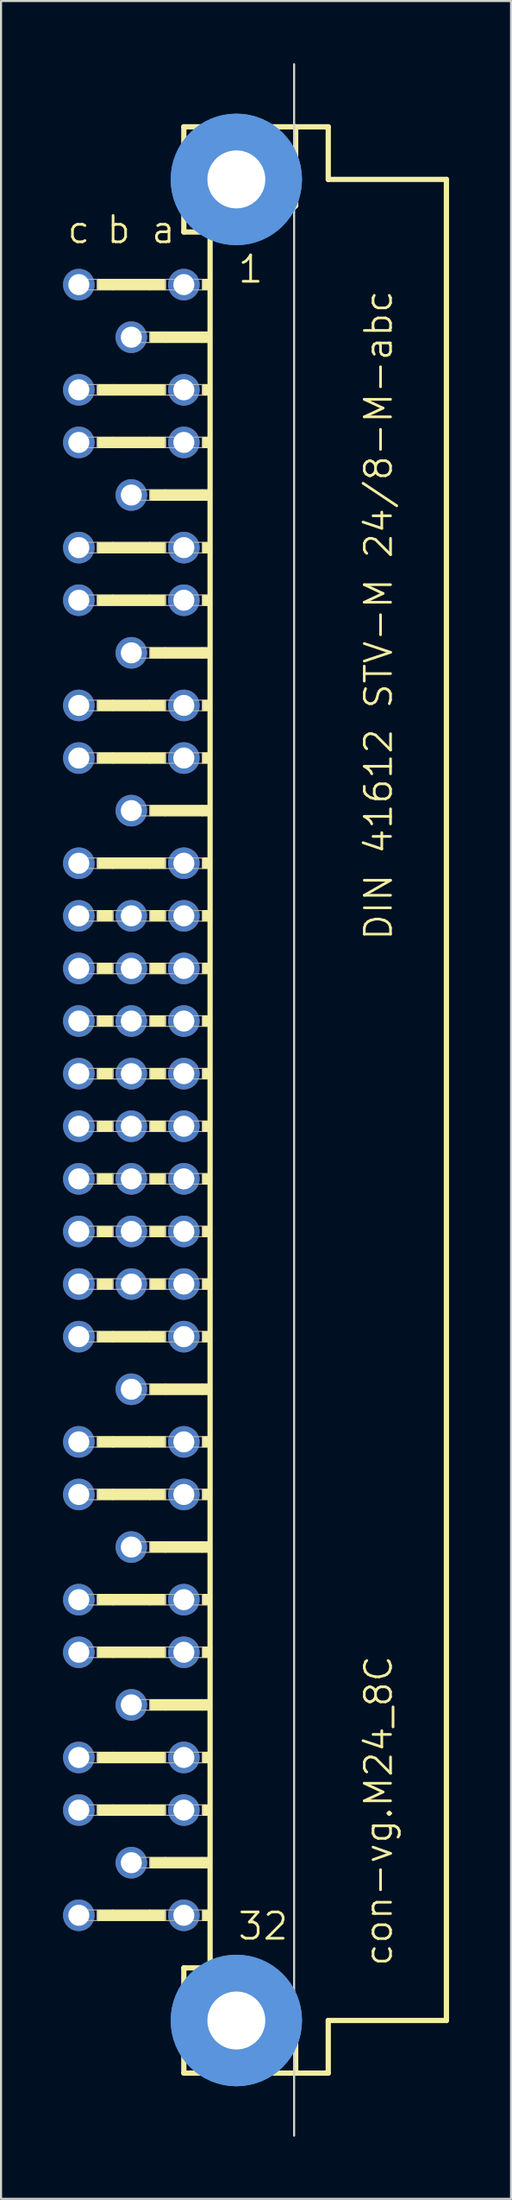
<source format=kicad_pcb>
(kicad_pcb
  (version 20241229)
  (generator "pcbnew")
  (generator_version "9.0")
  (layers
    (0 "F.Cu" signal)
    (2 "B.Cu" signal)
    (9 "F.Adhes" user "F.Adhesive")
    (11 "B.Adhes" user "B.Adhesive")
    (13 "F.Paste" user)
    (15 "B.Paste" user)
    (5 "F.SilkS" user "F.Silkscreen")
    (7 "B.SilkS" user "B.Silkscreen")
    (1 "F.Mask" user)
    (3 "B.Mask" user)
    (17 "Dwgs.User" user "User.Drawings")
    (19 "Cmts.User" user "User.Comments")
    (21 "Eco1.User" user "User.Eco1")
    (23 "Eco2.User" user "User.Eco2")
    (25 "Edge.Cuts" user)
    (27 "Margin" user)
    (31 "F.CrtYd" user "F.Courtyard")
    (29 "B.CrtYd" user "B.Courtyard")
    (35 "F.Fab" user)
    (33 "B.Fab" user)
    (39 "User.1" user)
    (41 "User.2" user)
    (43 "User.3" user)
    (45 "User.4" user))
  (footprint "con-vg.M24_8C"
    (layer "F.Cu")
    (at 8.382 50.063)
    (property "Reference" "con-vg.M24_8C" (at 7.62 41.91 90) (layer "F.SilkS") (effects (font (size 1.27 1.27) (thickness 0.13)) (justify left bottom)))
    (attr through_hole)
    (fp_line (start -2.54 -46.99) (end -2.54 -41.91) (stroke (width 0.254) (type default)) (layer "F.SilkS"))
    (fp_line (start -2.54 -41.91) (end -1.27 -41.91) (stroke (width 0.254) (type default)) (layer "F.SilkS"))
    (fp_line (start -2.54 41.91) (end -2.54 46.99) (stroke (width 0.254) (type default)) (layer "F.SilkS"))
    (fp_line (start -2.54 41.91) (end -1.27 41.91) (stroke (width 0.254) (type default)) (layer "F.SilkS"))
    (fp_line (start -2.54 46.99) (end 2.87 46.99) (stroke (width 0.254) (type default)) (layer "F.SilkS"))
    (fp_line (start -1.27 -41.91) (end -1.27 41.91) (stroke (width 0.254) (type default)) (layer "F.SilkS"))
    (fp_line (start -1.27 -41.91) (end 1.6 -41.91) (stroke (width 0.254) (type default)) (layer "F.SilkS"))
    (fp_line (start -1.27 41.91) (end 1.27 41.91) (stroke (width 0.254) (type default)) (layer "F.SilkS"))
    (fp_line (start 1.6 -41.91) (end 2.87 -43.18) (stroke (width 0.254) (type default)) (layer "F.SilkS"))
    (fp_line (start 2.87 -46.99) (end -2.54 -46.99) (stroke (width 0.254) (type default)) (layer "F.SilkS"))
    (fp_line (start 2.87 -43.18) (end 2.87 -46.99) (stroke (width 0.254) (type default)) (layer "F.SilkS"))
    (fp_line (start 2.87 43.51) (end 1.27 41.91) (stroke (width 0.254) (type default)) (layer "F.SilkS"))
    (fp_line (start 2.87 43.51) (end 2.87 46.99) (stroke (width 0.254) (type default)) (layer "F.SilkS"))
    (fp_line (start 2.87 46.99) (end 4.445 46.99) (stroke (width 0.254) (type default)) (layer "F.SilkS"))
    (fp_line (start 4.445 -46.99) (end 2.87 -46.99) (stroke (width 0.254) (type default)) (layer "F.SilkS"))
    (fp_line (start 4.445 -44.45) (end 4.445 -46.99) (stroke (width 0.254) (type default)) (layer "F.SilkS"))
    (fp_line (start 4.445 44.45) (end 10.16 44.45) (stroke (width 0.254) (type default)) (layer "F.SilkS"))
    (fp_line (start 4.445 46.99) (end 4.445 44.45) (stroke (width 0.254) (type default)) (layer "F.SilkS"))
    (fp_line (start 10.16 -44.45) (end 4.445 -44.45) (stroke (width 0.254) (type default)) (layer "F.SilkS"))
    (fp_line (start 10.16 44.45) (end 10.16 -44.45) (stroke (width 0.254) (type default)) (layer "F.SilkS"))
    (fp_rect (start -6.731 -39.116) (end -5.969 -39.624) (stroke (width 0.05) (type default)) (fill yes) (layer "F.SilkS"))
    (fp_rect (start -6.731 -34.036) (end -5.969 -34.544) (stroke (width 0.05) (type default)) (fill yes) (layer "F.SilkS"))
    (fp_rect (start -6.731 -31.496) (end -5.969 -32.004) (stroke (width 0.05) (type default)) (fill yes) (layer "F.SilkS"))
    (fp_rect (start -6.731 -26.416) (end -5.969 -26.924) (stroke (width 0.05) (type default)) (fill yes) (layer "F.SilkS"))
    (fp_rect (start -6.731 -23.876) (end -5.969 -24.384) (stroke (width 0.05) (type default)) (fill yes) (layer "F.SilkS"))
    (fp_rect (start -6.731 -18.796) (end -5.969 -19.304) (stroke (width 0.05) (type default)) (fill yes) (layer "F.SilkS"))
    (fp_rect (start -6.731 -16.256) (end -5.969 -16.764) (stroke (width 0.05) (type default)) (fill yes) (layer "F.SilkS"))
    (fp_rect (start -6.731 -11.176) (end -5.969 -11.684) (stroke (width 0.05) (type default)) (fill yes) (layer "F.SilkS"))
    (fp_rect (start -6.731 -8.636) (end -5.969 -9.144) (stroke (width 0.05) (type default)) (fill yes) (layer "F.SilkS"))
    (fp_rect (start -6.731 -6.096) (end -5.969 -6.604) (stroke (width 0.05) (type default)) (fill yes) (layer "F.SilkS"))
    (fp_rect (start -6.731 -3.556) (end -5.969 -4.064) (stroke (width 0.05) (type default)) (fill yes) (layer "F.SilkS"))
    (fp_rect (start -6.731 -1.016) (end -5.969 -1.524) (stroke (width 0.05) (type default)) (fill yes) (layer "F.SilkS"))
    (fp_rect (start -6.731 1.524) (end -5.969 1.016) (stroke (width 0.05) (type default)) (fill yes) (layer "F.SilkS"))
    (fp_rect (start -6.731 4.064) (end -5.969 3.556) (stroke (width 0.05) (type default)) (fill yes) (layer "F.SilkS"))
    (fp_rect (start -6.731 6.604) (end -5.969 6.096) (stroke (width 0.05) (type default)) (fill yes) (layer "F.SilkS"))
    (fp_rect (start -6.731 9.144) (end -5.969 8.636) (stroke (width 0.05) (type default)) (fill yes) (layer "F.SilkS"))
    (fp_rect (start -6.731 11.684) (end -5.969 11.176) (stroke (width 0.05) (type default)) (fill yes) (layer "F.SilkS"))
    (fp_rect (start -6.731 16.764) (end -5.969 16.256) (stroke (width 0.05) (type default)) (fill yes) (layer "F.SilkS"))
    (fp_rect (start -6.731 19.304) (end -5.969 18.796) (stroke (width 0.05) (type default)) (fill yes) (layer "F.SilkS"))
    (fp_rect (start -6.731 24.384) (end -5.969 23.876) (stroke (width 0.05) (type default)) (fill yes) (layer "F.SilkS"))
    (fp_rect (start -6.731 26.924) (end -5.969 26.416) (stroke (width 0.05) (type default)) (fill yes) (layer "F.SilkS"))
    (fp_rect (start -6.731 32.004) (end -5.969 31.496) (stroke (width 0.05) (type default)) (fill yes) (layer "F.SilkS"))
    (fp_rect (start -6.731 34.544) (end -5.969 34.036) (stroke (width 0.05) (type default)) (fill yes) (layer "F.SilkS"))
    (fp_rect (start -6.731 39.624) (end -5.969 39.116) (stroke (width 0.05) (type default)) (fill yes) (layer "F.SilkS"))
    (fp_rect (start -5.969 -39.116) (end -4.191 -39.624) (stroke (width 0.05) (type default)) (fill yes) (layer "F.SilkS"))
    (fp_rect (start -5.969 -34.036) (end -4.191 -34.544) (stroke (width 0.05) (type default)) (fill yes) (layer "F.SilkS"))
    (fp_rect (start -5.969 -31.496) (end -4.191 -32.004) (stroke (width 0.05) (type default)) (fill yes) (layer "F.SilkS"))
    (fp_rect (start -5.969 -26.416) (end -4.191 -26.924) (stroke (width 0.05) (type default)) (fill yes) (layer "F.SilkS"))
    (fp_rect (start -5.969 -23.876) (end -4.191 -24.384) (stroke (width 0.05) (type default)) (fill yes) (layer "F.SilkS"))
    (fp_rect (start -5.969 -18.796) (end -4.191 -19.304) (stroke (width 0.05) (type default)) (fill yes) (layer "F.SilkS"))
    (fp_rect (start -5.969 -16.256) (end -4.191 -16.764) (stroke (width 0.05) (type default)) (fill yes) (layer "F.SilkS"))
    (fp_rect (start -5.969 -11.176) (end -4.191 -11.684) (stroke (width 0.05) (type default)) (fill yes) (layer "F.SilkS"))
    (fp_rect (start -5.969 11.684) (end -4.191 11.176) (stroke (width 0.05) (type default)) (fill yes) (layer "F.SilkS"))
    (fp_rect (start -5.969 16.764) (end -4.191 16.256) (stroke (width 0.05) (type default)) (fill yes) (layer "F.SilkS"))
    (fp_rect (start -5.969 19.304) (end -4.191 18.796) (stroke (width 0.05) (type default)) (fill yes) (layer "F.SilkS"))
    (fp_rect (start -5.969 24.384) (end -4.191 23.876) (stroke (width 0.05) (type default)) (fill yes) (layer "F.SilkS"))
    (fp_rect (start -5.969 26.924) (end -4.191 26.416) (stroke (width 0.05) (type default)) (fill yes) (layer "F.SilkS"))
    (fp_rect (start -5.969 32.004) (end -4.191 31.496) (stroke (width 0.05) (type default)) (fill yes) (layer "F.SilkS"))
    (fp_rect (start -5.969 34.544) (end -4.191 34.036) (stroke (width 0.05) (type default)) (fill yes) (layer "F.SilkS"))
    (fp_rect (start -5.969 39.624) (end -4.191 39.116) (stroke (width 0.05) (type default)) (fill yes) (layer "F.SilkS"))
    (fp_rect (start -4.191 -39.116) (end -3.429 -39.624) (stroke (width 0.05) (type default)) (fill yes) (layer "F.SilkS"))
    (fp_rect (start -4.191 -36.576) (end -3.429 -37.084) (stroke (width 0.05) (type default)) (fill yes) (layer "F.SilkS"))
    (fp_rect (start -4.191 -34.036) (end -3.429 -34.544) (stroke (width 0.05) (type default)) (fill yes) (layer "F.SilkS"))
    (fp_rect (start -4.191 -31.496) (end -3.429 -32.004) (stroke (width 0.05) (type default)) (fill yes) (layer "F.SilkS"))
    (fp_rect (start -4.191 -28.956) (end -3.429 -29.464) (stroke (width 0.05) (type default)) (fill yes) (layer "F.SilkS"))
    (fp_rect (start -4.191 -26.416) (end -3.429 -26.924) (stroke (width 0.05) (type default)) (fill yes) (layer "F.SilkS"))
    (fp_rect (start -4.191 -23.876) (end -3.429 -24.384) (stroke (width 0.05) (type default)) (fill yes) (layer "F.SilkS"))
    (fp_rect (start -4.191 -21.336) (end -3.429 -21.844) (stroke (width 0.05) (type default)) (fill yes) (layer "F.SilkS"))
    (fp_rect (start -4.191 -18.796) (end -3.429 -19.304) (stroke (width 0.05) (type default)) (fill yes) (layer "F.SilkS"))
    (fp_rect (start -4.191 -16.256) (end -3.429 -16.764) (stroke (width 0.05) (type default)) (fill yes) (layer "F.SilkS"))
    (fp_rect (start -4.191 -13.716) (end -3.429 -14.224) (stroke (width 0.05) (type default)) (fill yes) (layer "F.SilkS"))
    (fp_rect (start -4.191 -11.176) (end -3.429 -11.684) (stroke (width 0.05) (type default)) (fill yes) (layer "F.SilkS"))
    (fp_rect (start -4.191 -8.636) (end -3.429 -9.144) (stroke (width 0.05) (type default)) (fill yes) (layer "F.SilkS"))
    (fp_rect (start -4.191 -6.096) (end -3.429 -6.604) (stroke (width 0.05) (type default)) (fill yes) (layer "F.SilkS"))
    (fp_rect (start -4.191 -3.556) (end -3.429 -4.064) (stroke (width 0.05) (type default)) (fill yes) (layer "F.SilkS"))
    (fp_rect (start -4.191 -1.016) (end -3.429 -1.524) (stroke (width 0.05) (type default)) (fill yes) (layer "F.SilkS"))
    (fp_rect (start -4.191 1.524) (end -3.429 1.016) (stroke (width 0.05) (type default)) (fill yes) (layer "F.SilkS"))
    (fp_rect (start -4.191 4.064) (end -3.429 3.556) (stroke (width 0.05) (type default)) (fill yes) (layer "F.SilkS"))
    (fp_rect (start -4.191 6.604) (end -3.429 6.096) (stroke (width 0.05) (type default)) (fill yes) (layer "F.SilkS"))
    (fp_rect (start -4.191 9.144) (end -3.429 8.636) (stroke (width 0.05) (type default)) (fill yes) (layer "F.SilkS"))
    (fp_rect (start -4.191 11.684) (end -3.429 11.176) (stroke (width 0.05) (type default)) (fill yes) (layer "F.SilkS"))
    (fp_rect (start -4.191 14.224) (end -3.429 13.716) (stroke (width 0.05) (type default)) (fill yes) (layer "F.SilkS"))
    (fp_rect (start -4.191 16.764) (end -3.429 16.256) (stroke (width 0.05) (type default)) (fill yes) (layer "F.SilkS"))
    (fp_rect (start -4.191 19.304) (end -3.429 18.796) (stroke (width 0.05) (type default)) (fill yes) (layer "F.SilkS"))
    (fp_rect (start -4.191 21.844) (end -3.429 21.336) (stroke (width 0.05) (type default)) (fill yes) (layer "F.SilkS"))
    (fp_rect (start -4.191 24.384) (end -3.429 23.876) (stroke (width 0.05) (type default)) (fill yes) (layer "F.SilkS"))
    (fp_rect (start -4.191 26.924) (end -3.429 26.416) (stroke (width 0.05) (type default)) (fill yes) (layer "F.SilkS"))
    (fp_rect (start -4.191 29.464) (end -3.429 28.956) (stroke (width 0.05) (type default)) (fill yes) (layer "F.SilkS"))
    (fp_rect (start -4.191 32.004) (end -3.429 31.496) (stroke (width 0.05) (type default)) (fill yes) (layer "F.SilkS"))
    (fp_rect (start -4.191 34.544) (end -3.429 34.036) (stroke (width 0.05) (type default)) (fill yes) (layer "F.SilkS"))
    (fp_rect (start -4.191 37.084) (end -3.429 36.576) (stroke (width 0.05) (type default)) (fill yes) (layer "F.SilkS"))
    (fp_rect (start -4.191 39.624) (end -3.429 39.116) (stroke (width 0.05) (type default)) (fill yes) (layer "F.SilkS"))
    (fp_rect (start -3.429 -36.576) (end -1.651 -37.084) (stroke (width 0.05) (type default)) (fill yes) (layer "F.SilkS"))
    (fp_rect (start -3.429 -28.956) (end -1.651 -29.464) (stroke (width 0.05) (type default)) (fill yes) (layer "F.SilkS"))
    (fp_rect (start -3.429 -21.336) (end -1.651 -21.844) (stroke (width 0.05) (type default)) (fill yes) (layer "F.SilkS"))
    (fp_rect (start -3.429 -13.716) (end -1.651 -14.224) (stroke (width 0.05) (type default)) (fill yes) (layer "F.SilkS"))
    (fp_rect (start -3.429 14.224) (end -1.651 13.716) (stroke (width 0.05) (type default)) (fill yes) (layer "F.SilkS"))
    (fp_rect (start -3.429 21.844) (end -1.651 21.336) (stroke (width 0.05) (type default)) (fill yes) (layer "F.SilkS"))
    (fp_rect (start -3.429 29.464) (end -1.651 28.956) (stroke (width 0.05) (type default)) (fill yes) (layer "F.SilkS"))
    (fp_rect (start -3.429 37.084) (end -1.651 36.576) (stroke (width 0.05) (type default)) (fill yes) (layer "F.SilkS"))
    (fp_rect (start -1.651 -39.116) (end -1.27 -39.624) (stroke (width 0.05) (type default)) (fill yes) (layer "F.SilkS"))
    (fp_rect (start -1.651 -36.576) (end -1.27 -37.084) (stroke (width 0.05) (type default)) (fill yes) (layer "F.SilkS"))
    (fp_rect (start -1.651 -34.036) (end -1.27 -34.544) (stroke (width 0.05) (type default)) (fill yes) (layer "F.SilkS"))
    (fp_rect (start -1.651 -31.496) (end -1.27 -32.004) (stroke (width 0.05) (type default)) (fill yes) (layer "F.SilkS"))
    (fp_rect (start -1.651 -28.956) (end -1.27 -29.464) (stroke (width 0.05) (type default)) (fill yes) (layer "F.SilkS"))
    (fp_rect (start -1.651 -26.416) (end -1.27 -26.924) (stroke (width 0.05) (type default)) (fill yes) (layer "F.SilkS"))
    (fp_rect (start -1.651 -23.876) (end -1.27 -24.384) (stroke (width 0.05) (type default)) (fill yes) (layer "F.SilkS"))
    (fp_rect (start -1.651 -21.336) (end -1.27 -21.844) (stroke (width 0.05) (type default)) (fill yes) (layer "F.SilkS"))
    (fp_rect (start -1.651 -18.796) (end -1.27 -19.304) (stroke (width 0.05) (type default)) (fill yes) (layer "F.SilkS"))
    (fp_rect (start -1.651 -16.256) (end -1.27 -16.764) (stroke (width 0.05) (type default)) (fill yes) (layer "F.SilkS"))
    (fp_rect (start -1.651 -13.716) (end -1.27 -14.224) (stroke (width 0.05) (type default)) (fill yes) (layer "F.SilkS"))
    (fp_rect (start -1.651 -11.176) (end -1.27 -11.684) (stroke (width 0.05) (type default)) (fill yes) (layer "F.SilkS"))
    (fp_rect (start -1.651 -8.636) (end -1.27 -9.144) (stroke (width 0.05) (type default)) (fill yes) (layer "F.SilkS"))
    (fp_rect (start -1.651 -6.096) (end -1.27 -6.604) (stroke (width 0.05) (type default)) (fill yes) (layer "F.SilkS"))
    (fp_rect (start -1.651 -3.556) (end -1.27 -4.064) (stroke (width 0.05) (type default)) (fill yes) (layer "F.SilkS"))
    (fp_rect (start -1.651 -1.016) (end -1.27 -1.524) (stroke (width 0.05) (type default)) (fill yes) (layer "F.SilkS"))
    (fp_rect (start -1.651 1.524) (end -1.27 1.016) (stroke (width 0.05) (type default)) (fill yes) (layer "F.SilkS"))
    (fp_rect (start -1.651 4.064) (end -1.27 3.556) (stroke (width 0.05) (type default)) (fill yes) (layer "F.SilkS"))
    (fp_rect (start -1.651 6.604) (end -1.27 6.096) (stroke (width 0.05) (type default)) (fill yes) (layer "F.SilkS"))
    (fp_rect (start -1.651 9.144) (end -1.27 8.636) (stroke (width 0.05) (type default)) (fill yes) (layer "F.SilkS"))
    (fp_rect (start -1.651 11.684) (end -1.27 11.176) (stroke (width 0.05) (type default)) (fill yes) (layer "F.SilkS"))
    (fp_rect (start -1.651 14.224) (end -1.27 13.716) (stroke (width 0.05) (type default)) (fill yes) (layer "F.SilkS"))
    (fp_rect (start -1.651 16.764) (end -1.27 16.256) (stroke (width 0.05) (type default)) (fill yes) (layer "F.SilkS"))
    (fp_rect (start -1.651 19.304) (end -1.27 18.796) (stroke (width 0.05) (type default)) (fill yes) (layer "F.SilkS"))
    (fp_rect (start -1.651 21.844) (end -1.27 21.336) (stroke (width 0.05) (type default)) (fill yes) (layer "F.SilkS"))
    (fp_rect (start -1.651 24.384) (end -1.27 23.876) (stroke (width 0.05) (type default)) (fill yes) (layer "F.SilkS"))
    (fp_rect (start -1.651 26.924) (end -1.27 26.416) (stroke (width 0.05) (type default)) (fill yes) (layer "F.SilkS"))
    (fp_rect (start -1.651 29.464) (end -1.27 28.956) (stroke (width 0.05) (type default)) (fill yes) (layer "F.SilkS"))
    (fp_rect (start -1.651 32.004) (end -1.27 31.496) (stroke (width 0.05) (type default)) (fill yes) (layer "F.SilkS"))
    (fp_rect (start -1.651 34.544) (end -1.27 34.036) (stroke (width 0.05) (type default)) (fill yes) (layer "F.SilkS"))
    (fp_rect (start -1.651 37.084) (end -1.27 36.576) (stroke (width 0.05) (type default)) (fill yes) (layer "F.SilkS"))
    (fp_rect (start -1.651 39.624) (end -1.27 39.116) (stroke (width 0.05) (type default)) (fill yes) (layer "F.SilkS"))
    (fp_circle (center 0 -44.45) (end 1.27 -44.45) (stroke (width 0.254) (type default)) (fill no) (layer "F.SilkS"))
    (fp_circle (center 0 44.45) (end 1.27 44.45) (stroke (width 0.254) (type default)) (fill no) (layer "F.SilkS"))
    (fp_circle (center 0 -44.45) (end 2.286 -44.45) (stroke (width 1.778) (type default)) (fill no) (layer "Cmts.User"))
    (fp_circle (center 0 -44.45) (end 2.286 -44.45) (stroke (width 1.778) (type default)) (fill no) (layer "Cmts.User"))
    (fp_circle (center 0 44.45) (end 2.286 44.45) (stroke (width 1.778) (type default)) (fill no) (layer "Cmts.User"))
    (fp_circle (center 0 44.45) (end 2.286 44.45) (stroke (width 1.778) (type default)) (fill no) (layer "Cmts.User"))
    (fp_line (start 2.794 50.013) (end 2.794 -50.013) (stroke (width 0.1) (type default)) (layer "Edge.Cuts"))
    (fp_rect (start -7.874 -39.116) (end -6.731 -39.624) (stroke (width 0.05) (type default)) (fill no) (layer "F.Fab"))
    (fp_rect (start -7.874 -34.036) (end -6.731 -34.544) (stroke (width 0.05) (type default)) (fill no) (layer "F.Fab"))
    (fp_rect (start -7.874 -31.496) (end -6.731 -32.004) (stroke (width 0.05) (type default)) (fill no) (layer "F.Fab"))
    (fp_rect (start -7.874 -26.416) (end -6.731 -26.924) (stroke (width 0.05) (type default)) (fill no) (layer "F.Fab"))
    (fp_rect (start -7.874 -23.876) (end -6.731 -24.384) (stroke (width 0.05) (type default)) (fill no) (layer "F.Fab"))
    (fp_rect (start -7.874 -18.796) (end -6.731 -19.304) (stroke (width 0.05) (type default)) (fill no) (layer "F.Fab"))
    (fp_rect (start -7.874 -16.256) (end -6.731 -16.764) (stroke (width 0.05) (type default)) (fill no) (layer "F.Fab"))
    (fp_rect (start -7.874 -11.176) (end -6.731 -11.684) (stroke (width 0.05) (type default)) (fill no) (layer "F.Fab"))
    (fp_rect (start -7.874 -8.636) (end -6.731 -9.144) (stroke (width 0.05) (type default)) (fill no) (layer "F.Fab"))
    (fp_rect (start -7.874 -6.096) (end -6.731 -6.604) (stroke (width 0.05) (type default)) (fill no) (layer "F.Fab"))
    (fp_rect (start -7.874 -3.556) (end -6.731 -4.064) (stroke (width 0.05) (type default)) (fill no) (layer "F.Fab"))
    (fp_rect (start -7.874 -1.016) (end -6.731 -1.524) (stroke (width 0.05) (type default)) (fill no) (layer "F.Fab"))
    (fp_rect (start -7.874 1.524) (end -6.731 1.016) (stroke (width 0.05) (type default)) (fill no) (layer "F.Fab"))
    (fp_rect (start -7.874 4.064) (end -6.731 3.556) (stroke (width 0.05) (type default)) (fill no) (layer "F.Fab"))
    (fp_rect (start -7.874 6.604) (end -6.731 6.096) (stroke (width 0.05) (type default)) (fill no) (layer "F.Fab"))
    (fp_rect (start -7.874 9.144) (end -6.731 8.636) (stroke (width 0.05) (type default)) (fill no) (layer "F.Fab"))
    (fp_rect (start -7.874 11.684) (end -6.731 11.176) (stroke (width 0.05) (type default)) (fill no) (layer "F.Fab"))
    (fp_rect (start -7.874 16.764) (end -6.731 16.256) (stroke (width 0.05) (type default)) (fill no) (layer "F.Fab"))
    (fp_rect (start -7.874 19.304) (end -6.731 18.796) (stroke (width 0.05) (type default)) (fill no) (layer "F.Fab"))
    (fp_rect (start -7.874 24.384) (end -6.731 23.876) (stroke (width 0.05) (type default)) (fill no) (layer "F.Fab"))
    (fp_rect (start -7.874 26.924) (end -6.731 26.416) (stroke (width 0.05) (type default)) (fill no) (layer "F.Fab"))
    (fp_rect (start -7.874 32.004) (end -6.731 31.496) (stroke (width 0.05) (type default)) (fill no) (layer "F.Fab"))
    (fp_rect (start -7.874 34.544) (end -6.731 34.036) (stroke (width 0.05) (type default)) (fill no) (layer "F.Fab"))
    (fp_rect (start -7.874 39.624) (end -6.731 39.116) (stroke (width 0.05) (type default)) (fill no) (layer "F.Fab"))
    (fp_rect (start -5.969 -8.636) (end -4.191 -9.144) (stroke (width 0.05) (type default)) (fill no) (layer "F.Fab"))
    (fp_rect (start -5.969 -6.096) (end -4.191 -6.604) (stroke (width 0.05) (type default)) (fill no) (layer "F.Fab"))
    (fp_rect (start -5.969 -3.556) (end -4.191 -4.064) (stroke (width 0.05) (type default)) (fill no) (layer "F.Fab"))
    (fp_rect (start -5.969 -1.016) (end -4.191 -1.524) (stroke (width 0.05) (type default)) (fill no) (layer "F.Fab"))
    (fp_rect (start -5.969 1.524) (end -4.191 1.016) (stroke (width 0.05) (type default)) (fill no) (layer "F.Fab"))
    (fp_rect (start -5.969 4.064) (end -4.191 3.556) (stroke (width 0.05) (type default)) (fill no) (layer "F.Fab"))
    (fp_rect (start -5.969 6.604) (end -4.191 6.096) (stroke (width 0.05) (type default)) (fill no) (layer "F.Fab"))
    (fp_rect (start -5.969 9.144) (end -4.191 8.636) (stroke (width 0.05) (type default)) (fill no) (layer "F.Fab"))
    (fp_rect (start -5.334 -36.576) (end -4.191 -37.084) (stroke (width 0.05) (type default)) (fill no) (layer "F.Fab"))
    (fp_rect (start -5.334 -28.956) (end -4.191 -29.464) (stroke (width 0.05) (type default)) (fill no) (layer "F.Fab"))
    (fp_rect (start -5.334 -21.336) (end -4.191 -21.844) (stroke (width 0.05) (type default)) (fill no) (layer "F.Fab"))
    (fp_rect (start -5.334 -13.716) (end -4.191 -14.224) (stroke (width 0.05) (type default)) (fill no) (layer "F.Fab"))
    (fp_rect (start -5.334 14.224) (end -4.191 13.716) (stroke (width 0.05) (type default)) (fill no) (layer "F.Fab"))
    (fp_rect (start -5.334 21.844) (end -4.191 21.336) (stroke (width 0.05) (type default)) (fill no) (layer "F.Fab"))
    (fp_rect (start -5.334 29.464) (end -4.191 28.956) (stroke (width 0.05) (type default)) (fill no) (layer "F.Fab"))
    (fp_rect (start -5.334 37.084) (end -4.191 36.576) (stroke (width 0.05) (type default)) (fill no) (layer "F.Fab"))
    (fp_rect (start -3.429 -39.116) (end -1.651 -39.624) (stroke (width 0.05) (type default)) (fill no) (layer "F.Fab"))
    (fp_rect (start -3.429 -34.036) (end -1.651 -34.544) (stroke (width 0.05) (type default)) (fill no) (layer "F.Fab"))
    (fp_rect (start -3.429 -31.496) (end -1.651 -32.004) (stroke (width 0.05) (type default)) (fill no) (layer "F.Fab"))
    (fp_rect (start -3.429 -26.416) (end -1.651 -26.924) (stroke (width 0.05) (type default)) (fill no) (layer "F.Fab"))
    (fp_rect (start -3.429 -23.876) (end -1.651 -24.384) (stroke (width 0.05) (type default)) (fill no) (layer "F.Fab"))
    (fp_rect (start -3.429 -18.796) (end -1.651 -19.304) (stroke (width 0.05) (type default)) (fill no) (layer "F.Fab"))
    (fp_rect (start -3.429 -16.256) (end -1.651 -16.764) (stroke (width 0.05) (type default)) (fill no) (layer "F.Fab"))
    (fp_rect (start -3.429 -11.176) (end -1.651 -11.684) (stroke (width 0.05) (type default)) (fill no) (layer "F.Fab"))
    (fp_rect (start -3.429 -8.636) (end -1.651 -9.144) (stroke (width 0.05) (type default)) (fill no) (layer "F.Fab"))
    (fp_rect (start -3.429 -6.096) (end -1.651 -6.604) (stroke (width 0.05) (type default)) (fill no) (layer "F.Fab"))
    (fp_rect (start -3.429 -3.556) (end -1.651 -4.064) (stroke (width 0.05) (type default)) (fill no) (layer "F.Fab"))
    (fp_rect (start -3.429 -1.016) (end -1.651 -1.524) (stroke (width 0.05) (type default)) (fill no) (layer "F.Fab"))
    (fp_rect (start -3.429 1.524) (end -1.651 1.016) (stroke (width 0.05) (type default)) (fill no) (layer "F.Fab"))
    (fp_rect (start -3.429 4.064) (end -1.651 3.556) (stroke (width 0.05) (type default)) (fill no) (layer "F.Fab"))
    (fp_rect (start -3.429 6.604) (end -1.651 6.096) (stroke (width 0.05) (type default)) (fill no) (layer "F.Fab"))
    (fp_rect (start -3.429 9.144) (end -1.651 8.636) (stroke (width 0.05) (type default)) (fill no) (layer "F.Fab"))
    (fp_rect (start -3.429 11.684) (end -1.651 11.176) (stroke (width 0.05) (type default)) (fill no) (layer "F.Fab"))
    (fp_rect (start -3.429 16.764) (end -1.651 16.256) (stroke (width 0.05) (type default)) (fill no) (layer "F.Fab"))
    (fp_rect (start -3.429 19.304) (end -1.651 18.796) (stroke (width 0.05) (type default)) (fill no) (layer "F.Fab"))
    (fp_rect (start -3.429 24.384) (end -1.651 23.876) (stroke (width 0.05) (type default)) (fill no) (layer "F.Fab"))
    (fp_rect (start -3.429 26.924) (end -1.651 26.416) (stroke (width 0.05) (type default)) (fill no) (layer "F.Fab"))
    (fp_rect (start -3.429 32.004) (end -1.651 31.496) (stroke (width 0.05) (type default)) (fill no) (layer "F.Fab"))
    (fp_rect (start -3.429 34.544) (end -1.651 34.036) (stroke (width 0.05) (type default)) (fill no) (layer "F.Fab"))
    (fp_rect (start -3.429 39.624) (end -1.651 39.116) (stroke (width 0.05) (type default)) (fill no) (layer "F.Fab"))
    (fp_text user "b" (at -6.35 -41.275 0) (layer "F.SilkS") (effects (font (size 1.27 1.27) (thickness 0.13)) (justify left bottom)))
    (fp_text user "c" (at -8.255 -41.275 0) (layer "F.SilkS") (effects (font (size 1.27 1.27) (thickness 0.13)) (justify left bottom)))
    (fp_text user "DIN 41612 STV-M 24/8-M-abc" (at 7.62 -7.62 90) (layer "F.SilkS") (effects (font (size 1.27 1.27) (thickness 0.13)) (justify left bottom)))
    (fp_text user "32" (at 0 40.64 0) (layer "F.SilkS") (effects (font (size 1.27 1.27) (thickness 0.13)) (justify left bottom)))
    (fp_text user "a" (at -4.191 -41.275 0) (layer "F.SilkS") (effects (font (size 1.27 1.27) (thickness 0.13)) (justify left bottom)))
    (fp_text user "1" (at 0 -39.37 0) (layer "F.SilkS") (effects (font (size 1.27 1.27) (thickness 0.13)) (justify left bottom)))
    (pad "" np_thru_hole circle (at 0 -44.45) (size 2.8 2.8) (drill 2.8) (layers "*.Cu" "*.Mask"))
    (pad "" np_thru_hole circle (at 0 44.45) (size 2.8 2.8) (drill 2.8) (layers "*.Cu" "*.Mask"))
    (pad "A1" thru_hole circle (at -2.54 -39.37) (size 1.524 1.524) (drill 1.016) (layers "*.Cu" "*.Mask"))
    (pad "A3" thru_hole circle (at -2.54 -34.29) (size 1.524 1.524) (drill 1.016) (layers "*.Cu" "*.Mask"))
    (pad "A4" thru_hole circle (at -2.54 -31.75) (size 1.524 1.524) (drill 1.016) (layers "*.Cu" "*.Mask"))
    (pad "A6" thru_hole circle (at -2.54 -26.67) (size 1.524 1.524) (drill 1.016) (layers "*.Cu" "*.Mask"))
    (pad "A7" thru_hole circle (at -2.54 -24.13) (size 1.524 1.524) (drill 1.016) (layers "*.Cu" "*.Mask"))
    (pad "A9" thru_hole circle (at -2.54 -19.05) (size 1.524 1.524) (drill 1.016) (layers "*.Cu" "*.Mask"))
    (pad "A10" thru_hole circle (at -2.54 -16.51) (size 1.524 1.524) (drill 1.016) (layers "*.Cu" "*.Mask"))
    (pad "A12" thru_hole circle (at -2.54 -11.43) (size 1.524 1.524) (drill 1.016) (layers "*.Cu" "*.Mask"))
    (pad "A13" thru_hole circle (at -2.54 -8.89) (size 1.524 1.524) (drill 1.016) (layers "*.Cu" "*.Mask"))
    (pad "A14" thru_hole circle (at -2.54 -6.35) (size 1.524 1.524) (drill 1.016) (layers "*.Cu" "*.Mask"))
    (pad "A15" thru_hole circle (at -2.54 -3.81) (size 1.524 1.524) (drill 1.016) (layers "*.Cu" "*.Mask"))
    (pad "A16" thru_hole circle (at -2.54 -1.27) (size 1.524 1.524) (drill 1.016) (layers "*.Cu" "*.Mask"))
    (pad "A17" thru_hole circle (at -2.54 1.27) (size 1.524 1.524) (drill 1.016) (layers "*.Cu" "*.Mask"))
    (pad "A18" thru_hole circle (at -2.54 3.81) (size 1.524 1.524) (drill 1.016) (layers "*.Cu" "*.Mask"))
    (pad "A19" thru_hole circle (at -2.54 6.35) (size 1.524 1.524) (drill 1.016) (layers "*.Cu" "*.Mask"))
    (pad "A20" thru_hole circle (at -2.54 8.89) (size 1.524 1.524) (drill 1.016) (layers "*.Cu" "*.Mask"))
    (pad "A21" thru_hole circle (at -2.54 11.43) (size 1.524 1.524) (drill 1.016) (layers "*.Cu" "*.Mask"))
    (pad "A23" thru_hole circle (at -2.54 16.51) (size 1.524 1.524) (drill 1.016) (layers "*.Cu" "*.Mask"))
    (pad "A24" thru_hole circle (at -2.54 19.05) (size 1.524 1.524) (drill 1.016) (layers "*.Cu" "*.Mask"))
    (pad "A26" thru_hole circle (at -2.54 24.13) (size 1.524 1.524) (drill 1.016) (layers "*.Cu" "*.Mask"))
    (pad "A27" thru_hole circle (at -2.54 26.67) (size 1.524 1.524) (drill 1.016) (layers "*.Cu" "*.Mask"))
    (pad "A29" thru_hole circle (at -2.54 31.75) (size 1.524 1.524) (drill 1.016) (layers "*.Cu" "*.Mask"))
    (pad "A30" thru_hole circle (at -2.54 34.29) (size 1.524 1.524) (drill 1.016) (layers "*.Cu" "*.Mask"))
    (pad "A32" thru_hole circle (at -2.54 39.37) (size 1.524 1.524) (drill 1.016) (layers "*.Cu" "*.Mask"))
    (pad "B2" thru_hole circle (at -5.08 -36.83) (size 1.524 1.524) (drill 1.016) (layers "*.Cu" "*.Mask"))
    (pad "B5" thru_hole circle (at -5.08 -29.21) (size 1.524 1.524) (drill 1.016) (layers "*.Cu" "*.Mask"))
    (pad "B8" thru_hole circle (at -5.08 -21.59) (size 1.524 1.524) (drill 1.016) (layers "*.Cu" "*.Mask"))
    (pad "B11" thru_hole circle (at -5.08 -13.97) (size 1.524 1.524) (drill 1.016) (layers "*.Cu" "*.Mask"))
    (pad "B13" thru_hole circle (at -5.08 -8.89) (size 1.524 1.524) (drill 1.016) (layers "*.Cu" "*.Mask"))
    (pad "B14" thru_hole circle (at -5.08 -6.35) (size 1.524 1.524) (drill 1.016) (layers "*.Cu" "*.Mask"))
    (pad "B15" thru_hole circle (at -5.08 -3.81) (size 1.524 1.524) (drill 1.016) (layers "*.Cu" "*.Mask"))
    (pad "B16" thru_hole circle (at -5.08 -1.27) (size 1.524 1.524) (drill 1.016) (layers "*.Cu" "*.Mask"))
    (pad "B17" thru_hole circle (at -5.08 1.27) (size 1.524 1.524) (drill 1.016) (layers "*.Cu" "*.Mask"))
    (pad "B18" thru_hole circle (at -5.08 3.81) (size 1.524 1.524) (drill 1.016) (layers "*.Cu" "*.Mask"))
    (pad "B19" thru_hole circle (at -5.08 6.35) (size 1.524 1.524) (drill 1.016) (layers "*.Cu" "*.Mask"))
    (pad "B20" thru_hole circle (at -5.08 8.89) (size 1.524 1.524) (drill 1.016) (layers "*.Cu" "*.Mask"))
    (pad "B22" thru_hole circle (at -5.08 13.97) (size 1.524 1.524) (drill 1.016) (layers "*.Cu" "*.Mask"))
    (pad "B25" thru_hole circle (at -5.08 21.59) (size 1.524 1.524) (drill 1.016) (layers "*.Cu" "*.Mask"))
    (pad "B28" thru_hole circle (at -5.08 29.21) (size 1.524 1.524) (drill 1.016) (layers "*.Cu" "*.Mask"))
    (pad "B31" thru_hole circle (at -5.08 36.83) (size 1.524 1.524) (drill 1.016) (layers "*.Cu" "*.Mask"))
    (pad "C1" thru_hole circle (at -7.62 -39.37) (size 1.524 1.524) (drill 1.016) (layers "*.Cu" "*.Mask"))
    (pad "C3" thru_hole circle (at -7.62 -34.29) (size 1.524 1.524) (drill 1.016) (layers "*.Cu" "*.Mask"))
    (pad "C4" thru_hole circle (at -7.62 -31.75) (size 1.524 1.524) (drill 1.016) (layers "*.Cu" "*.Mask"))
    (pad "C6" thru_hole circle (at -7.62 -26.67) (size 1.524 1.524) (drill 1.016) (layers "*.Cu" "*.Mask"))
    (pad "C7" thru_hole circle (at -7.62 -24.13) (size 1.524 1.524) (drill 1.016) (layers "*.Cu" "*.Mask"))
    (pad "C9" thru_hole circle (at -7.62 -19.05) (size 1.524 1.524) (drill 1.016) (layers "*.Cu" "*.Mask"))
    (pad "C10" thru_hole circle (at -7.62 -16.51) (size 1.524 1.524) (drill 1.016) (layers "*.Cu" "*.Mask"))
    (pad "C12" thru_hole circle (at -7.62 -11.43) (size 1.524 1.524) (drill 1.016) (layers "*.Cu" "*.Mask"))
    (pad "C13" thru_hole circle (at -7.62 -8.89) (size 1.524 1.524) (drill 1.016) (layers "*.Cu" "*.Mask"))
    (pad "C14" thru_hole circle (at -7.62 -6.35) (size 1.524 1.524) (drill 1.016) (layers "*.Cu" "*.Mask"))
    (pad "C15" thru_hole circle (at -7.62 -3.81) (size 1.524 1.524) (drill 1.016) (layers "*.Cu" "*.Mask"))
    (pad "C16" thru_hole circle (at -7.62 -1.27) (size 1.524 1.524) (drill 1.016) (layers "*.Cu" "*.Mask"))
    (pad "C17" thru_hole circle (at -7.62 1.27) (size 1.524 1.524) (drill 1.016) (layers "*.Cu" "*.Mask"))
    (pad "C18" thru_hole circle (at -7.62 3.81) (size 1.524 1.524) (drill 1.016) (layers "*.Cu" "*.Mask"))
    (pad "C19" thru_hole circle (at -7.62 6.35) (size 1.524 1.524) (drill 1.016) (layers "*.Cu" "*.Mask"))
    (pad "C20" thru_hole circle (at -7.62 8.89) (size 1.524 1.524) (drill 1.016) (layers "*.Cu" "*.Mask"))
    (pad "C21" thru_hole circle (at -7.62 11.43) (size 1.524 1.524) (drill 1.016) (layers "*.Cu" "*.Mask"))
    (pad "C23" thru_hole circle (at -7.62 16.51) (size 1.524 1.524) (drill 1.016) (layers "*.Cu" "*.Mask"))
    (pad "C24" thru_hole circle (at -7.62 19.05) (size 1.524 1.524) (drill 1.016) (layers "*.Cu" "*.Mask"))
    (pad "C26" thru_hole circle (at -7.62 24.13) (size 1.524 1.524) (drill 1.016) (layers "*.Cu" "*.Mask"))
    (pad "C27" thru_hole circle (at -7.62 26.67) (size 1.524 1.524) (drill 1.016) (layers "*.Cu" "*.Mask"))
    (pad "C29" thru_hole circle (at -7.62 31.75) (size 1.524 1.524) (drill 1.016) (layers "*.Cu" "*.Mask"))
    (pad "C30" thru_hole circle (at -7.62 34.29) (size 1.524 1.524) (drill 1.016) (layers "*.Cu" "*.Mask"))
    (pad "C32" thru_hole circle (at -7.62 39.37) (size 1.524 1.524) (drill 1.016) (layers "*.Cu" "*.Mask")))
  (gr_rect
    (start -3 -3)
    (end 21.669 103.125)
    (stroke (width 0.1) (type default))
    (fill no)
    (layer "Edge.Cuts")))
</source>
